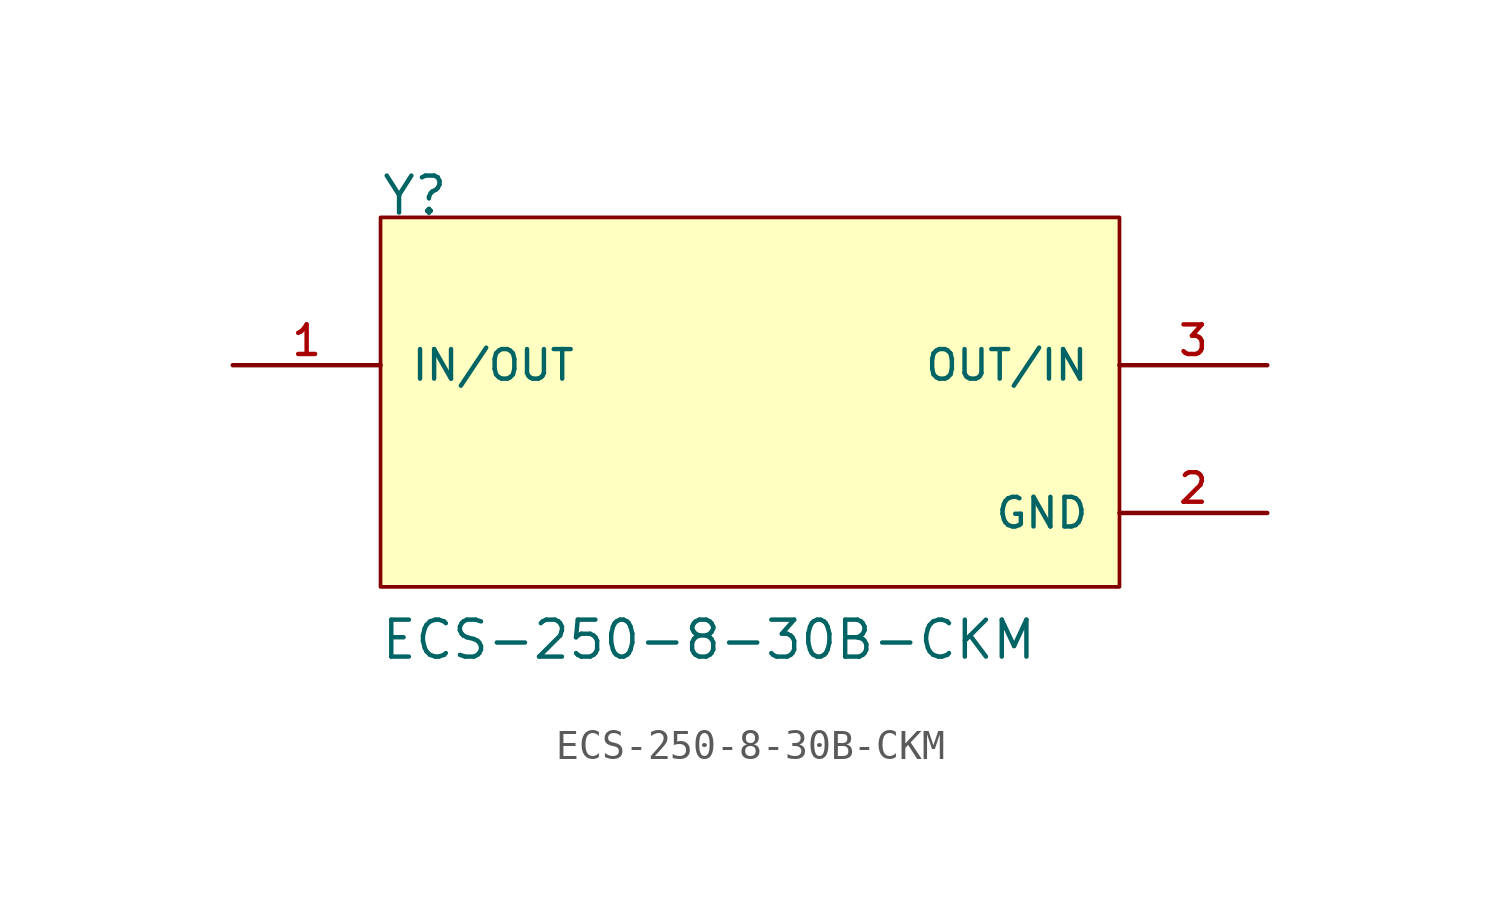
<source format=kicad_sym>
(kicad_symbol_lib
  (version 20211014)
  (generator kicad_symbol_editor)
  (symbol "ECS-250-8-30B-CKM"
    (pin_names
      (offset 1.016))
    (property "Reference" "Y"
      (at -12.708 7.625 0)
      (effects (font (size 1.27 1.27)) (justify bottom left)))
    (property "Value" "ECS-250-8-30B-CKM"
      (at -12.733 -7.64 0)
      (effects (font (size 1.27 1.27)) (justify bottom left)))
    (symbol "ECS-250-8-30B-CKM_0_0"
      (rectangle (start -12.7 -5.08) (end 12.7 7.62) (stroke (width 0.127)) (fill (type background)))
      (pin bidirectional line (at 17.78 2.54 180.0) (length 5.08) (name "OUT/IN" (effects (font (size 1.016 1.016)))) (number "3" (effects (font (size 1.016 1.016)))))
      (pin bidirectional line (at -17.78 2.54 0) (length 5.08) (name "IN/OUT" (effects (font (size 1.016 1.016)))) (number "1" (effects (font (size 1.016 1.016)))))
      (pin power_in line (at 17.78 -2.54 180.0) (length 5.08) (name "GND" (effects (font (size 1.016 1.016)))) (number "2" (effects (font (size 1.016 1.016)))))
      (pin power_in line (at 17.78 -2.54 180.0) (length 5.08) hide (name "GND" (effects (font (size 1.016 1.016)))) (number "4" (effects (font (size 1.016 1.016))))))))
</source>
